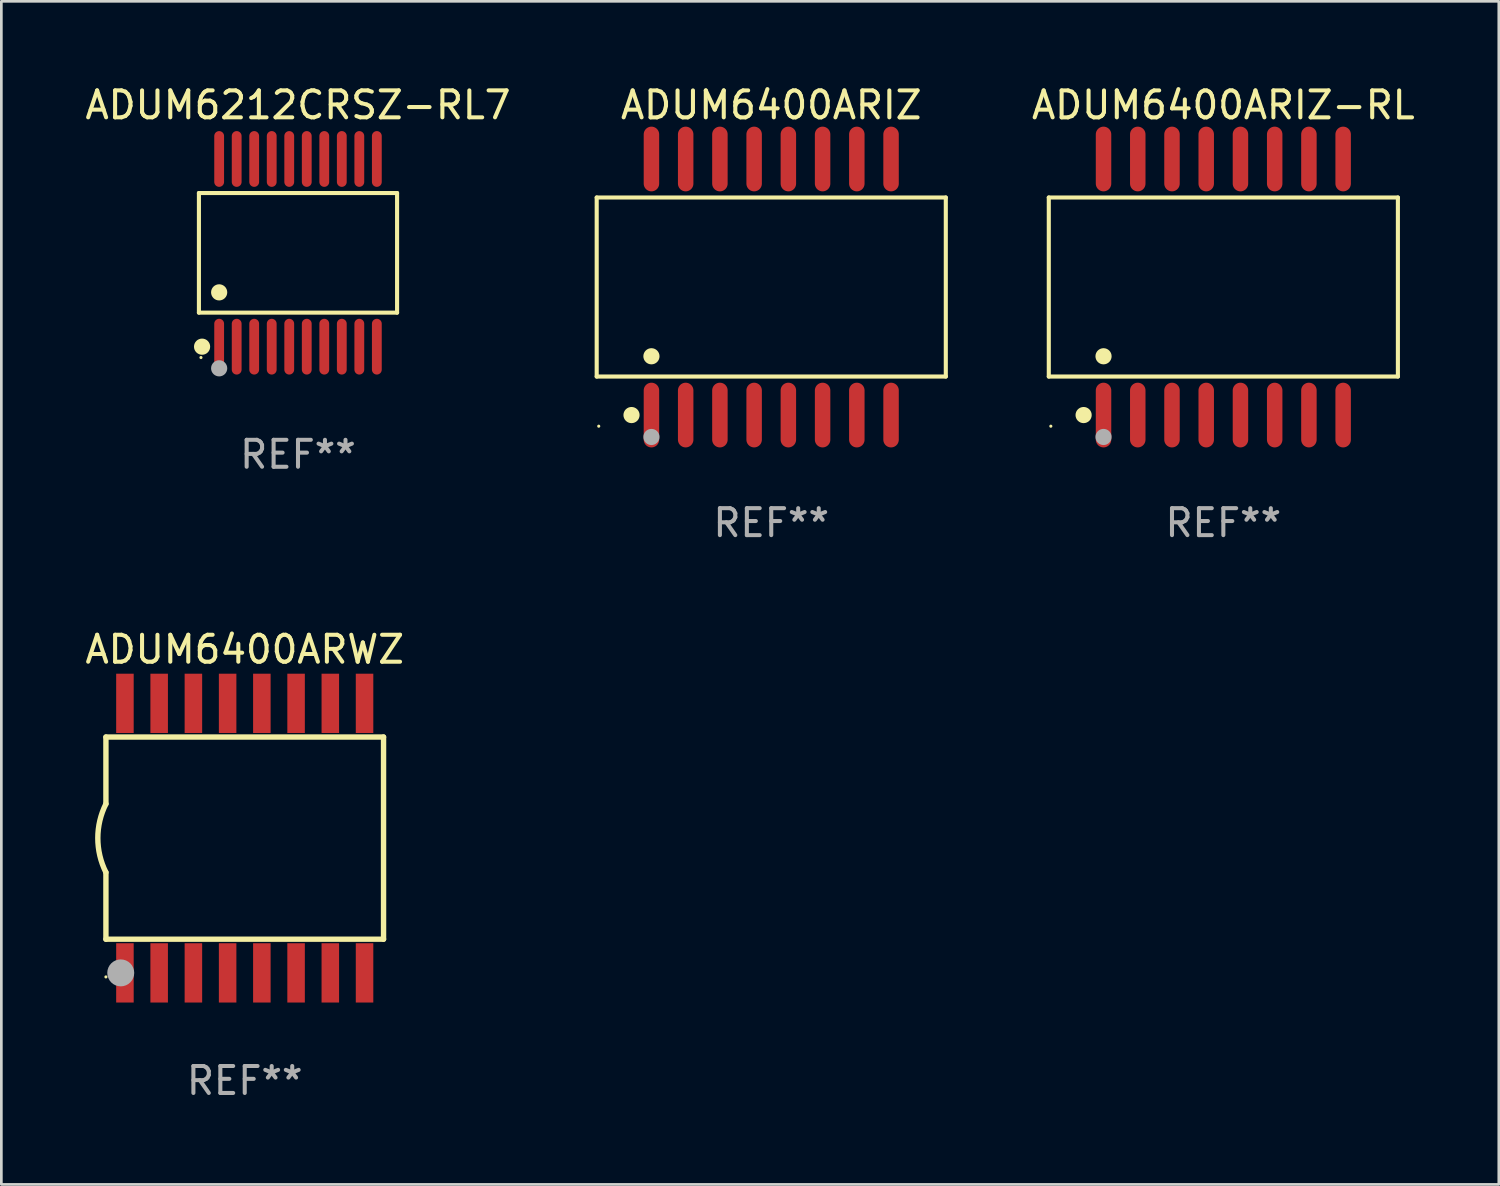
<source format=kicad_pcb>
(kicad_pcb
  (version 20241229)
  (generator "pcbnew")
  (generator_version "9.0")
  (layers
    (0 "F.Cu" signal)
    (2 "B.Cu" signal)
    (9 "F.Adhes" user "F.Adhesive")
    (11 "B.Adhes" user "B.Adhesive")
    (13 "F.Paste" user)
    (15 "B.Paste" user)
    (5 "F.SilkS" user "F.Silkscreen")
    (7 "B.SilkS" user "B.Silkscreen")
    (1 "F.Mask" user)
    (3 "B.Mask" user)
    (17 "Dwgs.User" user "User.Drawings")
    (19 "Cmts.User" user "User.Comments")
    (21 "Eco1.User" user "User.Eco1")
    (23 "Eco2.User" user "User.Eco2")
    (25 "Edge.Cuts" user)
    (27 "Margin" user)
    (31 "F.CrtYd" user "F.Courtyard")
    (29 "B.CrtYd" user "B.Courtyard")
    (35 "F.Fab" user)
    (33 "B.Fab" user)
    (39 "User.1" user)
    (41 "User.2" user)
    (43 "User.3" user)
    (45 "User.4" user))
  (footprint "ADUM6400ARIZ-RL"
    (layer "F.Cu")
    (at 42.337 7.599)
    (property "Reference" "ADUM6400ARIZ-RL" (at 0 -6.75 0) (layer "F.SilkS") (effects (font (size 1 1) (thickness 0.15))))
    (attr through_hole)
    (fp_line (start -6.476 -3.321) (end 6.476 -3.321) (stroke (width 0.152) (type solid)) (layer "F.SilkS"))
    (fp_line (start -6.476 3.321) (end -6.476 -3.321) (stroke (width 0.152) (type solid)) (layer "F.SilkS"))
    (fp_line (start 6.476 -3.321) (end 6.476 3.321) (stroke (width 0.152) (type solid)) (layer "F.SilkS"))
    (fp_line (start 6.476 3.321) (end -6.476 3.321) (stroke (width 0.152) (type solid)) (layer "F.SilkS"))
    (fp_circle (center -6.4 5.163) (end -6.37 5.163) (stroke (width 0.06) (type solid)) (fill no) (layer "F.SilkS"))
    (fp_circle (center -5.184 4.75) (end -5.034 4.75) (stroke (width 0.3) (type solid)) (fill no) (layer "F.SilkS"))
    (fp_circle (center -4.445 2.569) (end -4.295 2.569) (stroke (width 0.3) (type solid)) (fill no) (layer "F.SilkS"))
    (fp_circle (center -4.445 5.563) (end -4.295 5.563) (stroke (width 0.3) (type solid)) (fill no) (layer "F.Fab"))
    (fp_text user "REF**" (at 0 8.75 0) (layer "F.Fab") (effects (font (size 1 1) (thickness 0.15))))
    (pad "1" smd oval (at -4.445 4.75) (size 0.574 2.401) (layers "F.Cu" "F.Mask" "F.Paste"))
    (pad "2" smd oval (at -3.175 4.75) (size 0.574 2.401) (layers "F.Cu" "F.Mask" "F.Paste"))
    (pad "3" smd oval (at -1.905 4.75) (size 0.574 2.401) (layers "F.Cu" "F.Mask" "F.Paste"))
    (pad "4" smd oval (at -0.635 4.75) (size 0.574 2.401) (layers "F.Cu" "F.Mask" "F.Paste"))
    (pad "5" smd oval (at 0.635 4.75) (size 0.574 2.401) (layers "F.Cu" "F.Mask" "F.Paste"))
    (pad "6" smd oval (at 1.905 4.75) (size 0.574 2.401) (layers "F.Cu" "F.Mask" "F.Paste"))
    (pad "7" smd oval (at 3.175 4.75) (size 0.574 2.401) (layers "F.Cu" "F.Mask" "F.Paste"))
    (pad "8" smd oval (at 4.445 4.75) (size 0.574 2.401) (layers "F.Cu" "F.Mask" "F.Paste"))
    (pad "9" smd oval (at 4.445 -4.75) (size 0.574 2.401) (layers "F.Cu" "F.Mask" "F.Paste"))
    (pad "10" smd oval (at 3.175 -4.75) (size 0.574 2.401) (layers "F.Cu" "F.Mask" "F.Paste"))
    (pad "11" smd oval (at 1.905 -4.75) (size 0.574 2.401) (layers "F.Cu" "F.Mask" "F.Paste"))
    (pad "12" smd oval (at 0.635 -4.75) (size 0.574 2.401) (layers "F.Cu" "F.Mask" "F.Paste"))
    (pad "13" smd oval (at -0.635 -4.75) (size 0.574 2.401) (layers "F.Cu" "F.Mask" "F.Paste"))
    (pad "14" smd oval (at -1.905 -4.75) (size 0.574 2.401) (layers "F.Cu" "F.Mask" "F.Paste"))
    (pad "15" smd oval (at -3.175 -4.75) (size 0.574 2.401) (layers "F.Cu" "F.Mask" "F.Paste"))
    (pad "16" smd oval (at -4.445 -4.75) (size 0.574 2.401) (layers "F.Cu" "F.Mask" "F.Paste")))
  (footprint "ADUM6400ARIZ"
    (layer "F.Cu")
    (at 25.564 7.599)
    (property "Reference" "ADUM6400ARIZ" (at 0 -6.75 0) (layer "F.SilkS") (effects (font (size 1 1) (thickness 0.15))))
    (attr through_hole)
    (fp_line (start -6.476 -3.321) (end 6.476 -3.321) (stroke (width 0.152) (type solid)) (layer "F.SilkS"))
    (fp_line (start -6.476 3.321) (end -6.476 -3.321) (stroke (width 0.152) (type solid)) (layer "F.SilkS"))
    (fp_line (start 6.476 -3.321) (end 6.476 3.321) (stroke (width 0.152) (type solid)) (layer "F.SilkS"))
    (fp_line (start 6.476 3.321) (end -6.476 3.321) (stroke (width 0.152) (type solid)) (layer "F.SilkS"))
    (fp_circle (center -6.4 5.163) (end -6.37 5.163) (stroke (width 0.06) (type solid)) (fill no) (layer "F.SilkS"))
    (fp_circle (center -5.184 4.75) (end -5.034 4.75) (stroke (width 0.3) (type solid)) (fill no) (layer "F.SilkS"))
    (fp_circle (center -4.445 2.569) (end -4.295 2.569) (stroke (width 0.3) (type solid)) (fill no) (layer "F.SilkS"))
    (fp_circle (center -4.445 5.563) (end -4.295 5.563) (stroke (width 0.3) (type solid)) (fill no) (layer "F.Fab"))
    (fp_text user "REF**" (at 0 8.75 0) (layer "F.Fab") (effects (font (size 1 1) (thickness 0.15))))
    (pad "1" smd oval (at -4.445 4.75) (size 0.574 2.401) (layers "F.Cu" "F.Mask" "F.Paste"))
    (pad "2" smd oval (at -3.175 4.75) (size 0.574 2.401) (layers "F.Cu" "F.Mask" "F.Paste"))
    (pad "3" smd oval (at -1.905 4.75) (size 0.574 2.401) (layers "F.Cu" "F.Mask" "F.Paste"))
    (pad "4" smd oval (at -0.635 4.75) (size 0.574 2.401) (layers "F.Cu" "F.Mask" "F.Paste"))
    (pad "5" smd oval (at 0.635 4.75) (size 0.574 2.401) (layers "F.Cu" "F.Mask" "F.Paste"))
    (pad "6" smd oval (at 1.905 4.75) (size 0.574 2.401) (layers "F.Cu" "F.Mask" "F.Paste"))
    (pad "7" smd oval (at 3.175 4.75) (size 0.574 2.401) (layers "F.Cu" "F.Mask" "F.Paste"))
    (pad "8" smd oval (at 4.445 4.75) (size 0.574 2.401) (layers "F.Cu" "F.Mask" "F.Paste"))
    (pad "9" smd oval (at 4.445 -4.75) (size 0.574 2.401) (layers "F.Cu" "F.Mask" "F.Paste"))
    (pad "10" smd oval (at 3.175 -4.75) (size 0.574 2.401) (layers "F.Cu" "F.Mask" "F.Paste"))
    (pad "11" smd oval (at 1.905 -4.75) (size 0.574 2.401) (layers "F.Cu" "F.Mask" "F.Paste"))
    (pad "12" smd oval (at 0.635 -4.75) (size 0.574 2.401) (layers "F.Cu" "F.Mask" "F.Paste"))
    (pad "13" smd oval (at -0.635 -4.75) (size 0.574 2.401) (layers "F.Cu" "F.Mask" "F.Paste"))
    (pad "14" smd oval (at -1.905 -4.75) (size 0.574 2.401) (layers "F.Cu" "F.Mask" "F.Paste"))
    (pad "15" smd oval (at -3.175 -4.75) (size 0.574 2.401) (layers "F.Cu" "F.Mask" "F.Paste"))
    (pad "16" smd oval (at -4.445 -4.75) (size 0.574 2.401) (layers "F.Cu" "F.Mask" "F.Paste")))
  (footprint "ADUM6212CRSZ-RL7"
    (layer "F.Cu")
    (at 8.006 6.33)
    (property "Reference" "ADUM6212CRSZ-RL7" (at 0 -5.482 0) (layer "F.SilkS") (effects (font (size 1 1) (thickness 0.15))))
    (attr through_hole)
    (fp_line (start -3.676 -2.219) (end 3.676 -2.219) (stroke (width 0.152) (type solid)) (layer "F.SilkS"))
    (fp_line (start -3.676 2.219) (end -3.676 -2.219) (stroke (width 0.152) (type solid)) (layer "F.SilkS"))
    (fp_line (start 3.676 -2.219) (end 3.676 2.219) (stroke (width 0.152) (type solid)) (layer "F.SilkS"))
    (fp_line (start 3.676 2.219) (end -3.676 2.219) (stroke (width 0.152) (type solid)) (layer "F.SilkS"))
    (fp_circle (center -3.6 3.885) (end -3.57 3.885) (stroke (width 0.06) (type solid)) (fill no) (layer "F.SilkS"))
    (fp_circle (center -3.559 3.482) (end -3.409 3.482) (stroke (width 0.3) (type solid)) (fill no) (layer "F.SilkS"))
    (fp_circle (center -2.925 1.467) (end -2.775 1.467) (stroke (width 0.3) (type solid)) (fill no) (layer "F.SilkS"))
    (fp_circle (center -2.925 4.285) (end -2.775 4.285) (stroke (width 0.3) (type solid)) (fill no) (layer "F.Fab"))
    (fp_text user "REF**" (at 0 7.482 0) (layer "F.Fab") (effects (font (size 1 1) (thickness 0.15))))
    (pad "1" smd oval (at -2.925 3.482) (size 0.364 2.069) (layers "F.Cu" "F.Mask" "F.Paste"))
    (pad "2" smd oval (at -2.275 3.482) (size 0.364 2.069) (layers "F.Cu" "F.Mask" "F.Paste"))
    (pad "3" smd oval (at -1.625 3.482) (size 0.364 2.069) (layers "F.Cu" "F.Mask" "F.Paste"))
    (pad "4" smd oval (at -0.975 3.482) (size 0.364 2.069) (layers "F.Cu" "F.Mask" "F.Paste"))
    (pad "5" smd oval (at -0.325 3.482) (size 0.364 2.069) (layers "F.Cu" "F.Mask" "F.Paste"))
    (pad "6" smd oval (at 0.325 3.482) (size 0.364 2.069) (layers "F.Cu" "F.Mask" "F.Paste"))
    (pad "7" smd oval (at 0.975 3.482) (size 0.364 2.069) (layers "F.Cu" "F.Mask" "F.Paste"))
    (pad "8" smd oval (at 1.625 3.482) (size 0.364 2.069) (layers "F.Cu" "F.Mask" "F.Paste"))
    (pad "9" smd oval (at 2.275 3.482) (size 0.364 2.069) (layers "F.Cu" "F.Mask" "F.Paste"))
    (pad "10" smd oval (at 2.925 3.482) (size 0.364 2.069) (layers "F.Cu" "F.Mask" "F.Paste"))
    (pad "11" smd oval (at 2.925 -3.482) (size 0.364 2.069) (layers "F.Cu" "F.Mask" "F.Paste"))
    (pad "12" smd oval (at 2.275 -3.482) (size 0.364 2.069) (layers "F.Cu" "F.Mask" "F.Paste"))
    (pad "13" smd oval (at 1.625 -3.482) (size 0.364 2.069) (layers "F.Cu" "F.Mask" "F.Paste"))
    (pad "14" smd oval (at 0.975 -3.482) (size 0.364 2.069) (layers "F.Cu" "F.Mask" "F.Paste"))
    (pad "15" smd oval (at 0.325 -3.482) (size 0.364 2.069) (layers "F.Cu" "F.Mask" "F.Paste"))
    (pad "16" smd oval (at -0.325 -3.482) (size 0.364 2.069) (layers "F.Cu" "F.Mask" "F.Paste"))
    (pad "17" smd oval (at -0.975 -3.482) (size 0.364 2.069) (layers "F.Cu" "F.Mask" "F.Paste"))
    (pad "18" smd oval (at -1.625 -3.482) (size 0.364 2.069) (layers "F.Cu" "F.Mask" "F.Paste"))
    (pad "19" smd oval (at -2.275 -3.482) (size 0.364 2.069) (layers "F.Cu" "F.Mask" "F.Paste"))
    (pad "20" smd oval (at -2.925 -3.482) (size 0.364 2.069) (layers "F.Cu" "F.Mask" "F.Paste")))
  (footprint "ADUM6400ARWZ"
    (layer "F.Cu")
    (at 6.03 28.045)
    (property "Reference" "ADUM6400ARWZ" (at 0 -7 0) (layer "F.SilkS") (effects (font (size 1 1) (thickness 0.15))))
    (attr through_hole)
    (fp_line (start -5.15 -3.75) (end -5.15 -1.27) (stroke (width 0.2) (type solid)) (layer "F.SilkS"))
    (fp_line (start -5.15 -3.75) (end 5.15 -3.75) (stroke (width 0.2) (type solid)) (layer "F.SilkS"))
    (fp_line (start -5.15 3.75) (end -5.15 1.27) (stroke (width 0.2) (type solid)) (layer "F.SilkS"))
    (fp_line (start 5.15 -3.75) (end 5.15 3.75) (stroke (width 0.2) (type solid)) (layer "F.SilkS"))
    (fp_line (start 5.15 3.75) (end -5.15 3.75) (stroke (width 0.2) (type solid)) (layer "F.SilkS"))
    (fp_arc (start -5.151131 1.270003) (mid -5.450556 -0.000132) (end -5.150013 -1.270003) (stroke (width 0.2) (type solid)) (layer "F.SilkS"))
    (fp_circle (center -5.15 5.15) (end -5.12 5.15) (stroke (width 0.06) (type solid)) (fill no) (layer "F.SilkS"))
    (fp_circle (center -4.6 5) (end -4.35 5) (stroke (width 0.5) (type solid)) (fill no) (layer "F.Fab"))
    (fp_text user "REF**" (at 0 9 0) (layer "F.Fab") (effects (font (size 1 1) (thickness 0.15))))
    (pad "1" smd rect (at -4.445 5) (size 0.65 2.2) (layers "F.Cu" "F.Mask" "F.Paste"))
    (pad "2" smd rect (at -3.175 5) (size 0.65 2.2) (layers "F.Cu" "F.Mask" "F.Paste"))
    (pad "3" smd rect (at -1.905 5) (size 0.65 2.2) (layers "F.Cu" "F.Mask" "F.Paste"))
    (pad "4" smd rect (at -0.635 5) (size 0.65 2.2) (layers "F.Cu" "F.Mask" "F.Paste"))
    (pad "5" smd rect (at 0.635 5) (size 0.65 2.2) (layers "F.Cu" "F.Mask" "F.Paste"))
    (pad "6" smd rect (at 1.905 5) (size 0.65 2.2) (layers "F.Cu" "F.Mask" "F.Paste"))
    (pad "7" smd rect (at 3.175 5) (size 0.65 2.2) (layers "F.Cu" "F.Mask" "F.Paste"))
    (pad "8" smd rect (at 4.445 5) (size 0.65 2.2) (layers "F.Cu" "F.Mask" "F.Paste"))
    (pad "9" smd rect (at 4.445 -5) (size 0.65 2.2) (layers "F.Cu" "F.Mask" "F.Paste"))
    (pad "10" smd rect (at 3.175 -5) (size 0.65 2.2) (layers "F.Cu" "F.Mask" "F.Paste"))
    (pad "11" smd rect (at 1.905 -5) (size 0.65 2.2) (layers "F.Cu" "F.Mask" "F.Paste"))
    (pad "12" smd rect (at 0.635 -5) (size 0.65 2.2) (layers "F.Cu" "F.Mask" "F.Paste"))
    (pad "13" smd rect (at -0.635 -5) (size 0.65 2.2) (layers "F.Cu" "F.Mask" "F.Paste"))
    (pad "14" smd rect (at -1.905 -5) (size 0.65 2.2) (layers "F.Cu" "F.Mask" "F.Paste"))
    (pad "15" smd rect (at -3.175 -5) (size 0.65 2.2) (layers "F.Cu" "F.Mask" "F.Paste"))
    (pad "16" smd rect (at -4.445 -5) (size 0.65 2.2) (layers "F.Cu" "F.Mask" "F.Paste")))
  (gr_rect
    (start -3 -3)
    (end 52.557 40.894)
    (stroke (width 0.1) (type default))
    (fill no)
    (layer "Edge.Cuts")))
</source>
